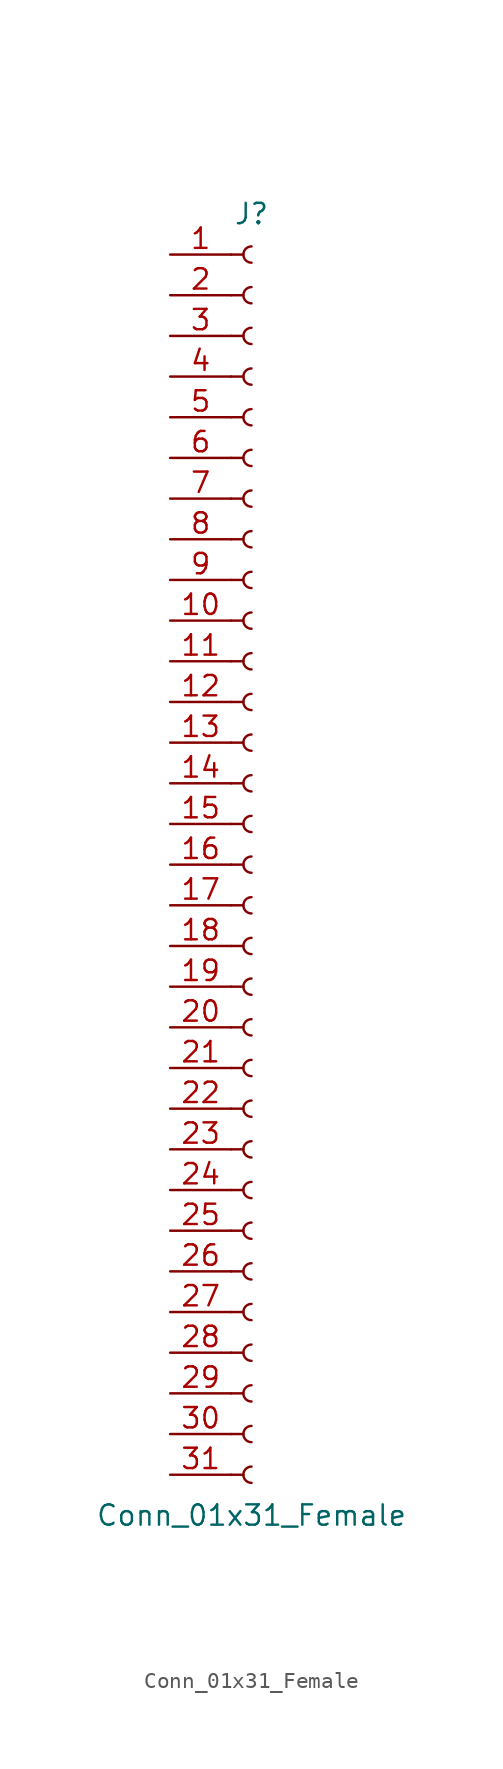
<source format=kicad_sym>
(kicad_symbol_lib
  (version 20220914)
  (generator kicad_symbol_editor)
  (symbol "Conn_01x31_Female"
    (pin_names
      (offset 1.016) hide)
    (property "Reference" "J"
      (at 0 40.64 0)
      (effects (font (size 1.27 1.27))))
    (property "Value" "Conn_01x31_Female"
      (at 0 -40.64 0)
      (effects (font (size 1.27 1.27))))
    (symbol "Conn_01x31_Female_1_1"
      (arc (start 0 -37.592) (mid -0.5058 -38.1) (end 0 -38.608) (stroke (width 0.1524) (type default)) (fill (type none)))
      (arc (start 0 -35.052) (mid -0.5058 -35.56) (end 0 -36.068) (stroke (width 0.1524) (type default)) (fill (type none)))
      (arc (start 0 -32.512) (mid -0.5058 -33.02) (end 0 -33.528) (stroke (width 0.1524) (type default)) (fill (type none)))
      (arc (start 0 -29.972) (mid -0.5058 -30.48) (end 0 -30.988) (stroke (width 0.1524) (type default)) (fill (type none)))
      (arc (start 0 -27.432) (mid -0.5058 -27.94) (end 0 -28.448) (stroke (width 0.1524) (type default)) (fill (type none)))
      (arc (start 0 -24.892) (mid -0.5058 -25.4) (end 0 -25.908) (stroke (width 0.1524) (type default)) (fill (type none)))
      (arc (start 0 -22.352) (mid -0.5058 -22.86) (end 0 -23.368) (stroke (width 0.1524) (type default)) (fill (type none)))
      (arc (start 0 -19.812) (mid -0.5058 -20.32) (end 0 -20.828) (stroke (width 0.1524) (type default)) (fill (type none)))
      (arc (start 0 -17.272) (mid -0.5058 -17.78) (end 0 -18.288) (stroke (width 0.1524) (type default)) (fill (type none)))
      (arc (start 0 -14.732) (mid -0.5058 -15.24) (end 0 -15.748) (stroke (width 0.1524) (type default)) (fill (type none)))
      (arc (start 0 -12.192) (mid -0.5058 -12.7) (end 0 -13.208) (stroke (width 0.1524) (type default)) (fill (type none)))
      (arc (start 0 -9.652) (mid -0.5058 -10.16) (end 0 -10.668) (stroke (width 0.1524) (type default)) (fill (type none)))
      (arc (start 0 -7.112) (mid -0.5058 -7.62) (end 0 -8.128) (stroke (width 0.1524) (type default)) (fill (type none)))
      (arc (start 0 -4.572) (mid -0.5058 -5.08) (end 0 -5.588) (stroke (width 0.1524) (type default)) (fill (type none)))
      (arc (start 0 -2.032) (mid -0.5058 -2.54) (end 0 -3.048) (stroke (width 0.1524) (type default)) (fill (type none)))
      (polyline (pts (xy -1.27 -38.1) (xy -0.508 -38.1)) (stroke (width 0.152) (type default)) (fill (type none)))
      (polyline (pts (xy -1.27 -35.56) (xy -0.508 -35.56)) (stroke (width 0.152) (type default)) (fill (type none)))
      (polyline (pts (xy -1.27 -33.02) (xy -0.508 -33.02)) (stroke (width 0.152) (type default)) (fill (type none)))
      (polyline (pts (xy -1.27 -30.48) (xy -0.508 -30.48)) (stroke (width 0.152) (type default)) (fill (type none)))
      (polyline (pts (xy -1.27 -27.94) (xy -0.508 -27.94)) (stroke (width 0.152) (type default)) (fill (type none)))
      (polyline (pts (xy -1.27 -25.4) (xy -0.508 -25.4)) (stroke (width 0.152) (type default)) (fill (type none)))
      (polyline (pts (xy -1.27 -22.86) (xy -0.508 -22.86)) (stroke (width 0.152) (type default)) (fill (type none)))
      (polyline (pts (xy -1.27 -20.32) (xy -0.508 -20.32)) (stroke (width 0.152) (type default)) (fill (type none)))
      (polyline (pts (xy -1.27 -17.78) (xy -0.508 -17.78)) (stroke (width 0.152) (type default)) (fill (type none)))
      (polyline (pts (xy -1.27 -15.24) (xy -0.508 -15.24)) (stroke (width 0.152) (type default)) (fill (type none)))
      (polyline (pts (xy -1.27 -12.7) (xy -0.508 -12.7)) (stroke (width 0.152) (type default)) (fill (type none)))
      (polyline (pts (xy -1.27 -10.16) (xy -0.508 -10.16)) (stroke (width 0.152) (type default)) (fill (type none)))
      (polyline (pts (xy -1.27 -7.62) (xy -0.508 -7.62)) (stroke (width 0.152) (type default)) (fill (type none)))
      (polyline (pts (xy -1.27 -5.08) (xy -0.508 -5.08)) (stroke (width 0.152) (type default)) (fill (type none)))
      (polyline (pts (xy -1.27 -2.54) (xy -0.508 -2.54)) (stroke (width 0.152) (type default)) (fill (type none)))
      (polyline (pts (xy -1.27 0) (xy -0.508 0)) (stroke (width 0.152) (type default)) (fill (type none)))
      (polyline (pts (xy -1.27 2.54) (xy -0.508 2.54)) (stroke (width 0.152) (type default)) (fill (type none)))
      (polyline (pts (xy -1.27 5.08) (xy -0.508 5.08)) (stroke (width 0.152) (type default)) (fill (type none)))
      (polyline (pts (xy -1.27 7.62) (xy -0.508 7.62)) (stroke (width 0.152) (type default)) (fill (type none)))
      (polyline (pts (xy -1.27 10.16) (xy -0.508 10.16)) (stroke (width 0.152) (type default)) (fill (type none)))
      (polyline (pts (xy -1.27 12.7) (xy -0.508 12.7)) (stroke (width 0.152) (type default)) (fill (type none)))
      (polyline (pts (xy -1.27 15.24) (xy -0.508 15.24)) (stroke (width 0.152) (type default)) (fill (type none)))
      (polyline (pts (xy -1.27 17.78) (xy -0.508 17.78)) (stroke (width 0.152) (type default)) (fill (type none)))
      (polyline (pts (xy -1.27 20.32) (xy -0.508 20.32)) (stroke (width 0.152) (type default)) (fill (type none)))
      (polyline (pts (xy -1.27 22.86) (xy -0.508 22.86)) (stroke (width 0.152) (type default)) (fill (type none)))
      (polyline (pts (xy -1.27 25.4) (xy -0.508 25.4)) (stroke (width 0.152) (type default)) (fill (type none)))
      (polyline (pts (xy -1.27 27.94) (xy -0.508 27.94)) (stroke (width 0.152) (type default)) (fill (type none)))
      (polyline (pts (xy -1.27 30.48) (xy -0.508 30.48)) (stroke (width 0.152) (type default)) (fill (type none)))
      (polyline (pts (xy -1.27 33.02) (xy -0.508 33.02)) (stroke (width 0.152) (type default)) (fill (type none)))
      (polyline (pts (xy -1.27 35.56) (xy -0.508 35.56)) (stroke (width 0.152) (type default)) (fill (type none)))
      (polyline (pts (xy -1.27 38.1) (xy -0.508 38.1)) (stroke (width 0.152) (type default)) (fill (type none)))
      (arc (start 0 0.508) (mid -0.5058 0) (end 0 -0.508) (stroke (width 0.1524) (type default)) (fill (type none)))
      (arc (start 0 3.048) (mid -0.5058 2.54) (end 0 2.032) (stroke (width 0.1524) (type default)) (fill (type none)))
      (arc (start 0 5.588) (mid -0.5058 5.08) (end 0 4.572) (stroke (width 0.1524) (type default)) (fill (type none)))
      (arc (start 0 8.128) (mid -0.5058 7.62) (end 0 7.112) (stroke (width 0.1524) (type default)) (fill (type none)))
      (arc (start 0 10.668) (mid -0.5058 10.16) (end 0 9.652) (stroke (width 0.1524) (type default)) (fill (type none)))
      (arc (start 0 13.208) (mid -0.5058 12.7) (end 0 12.192) (stroke (width 0.1524) (type default)) (fill (type none)))
      (arc (start 0 15.748) (mid -0.5058 15.24) (end 0 14.732) (stroke (width 0.1524) (type default)) (fill (type none)))
      (arc (start 0 18.288) (mid -0.5058 17.78) (end 0 17.272) (stroke (width 0.1524) (type default)) (fill (type none)))
      (arc (start 0 20.828) (mid -0.5058 20.32) (end 0 19.812) (stroke (width 0.1524) (type default)) (fill (type none)))
      (arc (start 0 23.368) (mid -0.5058 22.86) (end 0 22.352) (stroke (width 0.1524) (type default)) (fill (type none)))
      (arc (start 0 25.908) (mid -0.5058 25.4) (end 0 24.892) (stroke (width 0.1524) (type default)) (fill (type none)))
      (arc (start 0 28.448) (mid -0.5058 27.94) (end 0 27.432) (stroke (width 0.1524) (type default)) (fill (type none)))
      (arc (start 0 30.988) (mid -0.5058 30.48) (end 0 29.972) (stroke (width 0.1524) (type default)) (fill (type none)))
      (arc (start 0 33.528) (mid -0.5058 33.02) (end 0 32.512) (stroke (width 0.1524) (type default)) (fill (type none)))
      (arc (start 0 36.068) (mid -0.5058 35.56) (end 0 35.052) (stroke (width 0.1524) (type default)) (fill (type none)))
      (arc (start 0 38.608) (mid -0.5058 38.1) (end 0 37.592) (stroke (width 0.1524) (type default)) (fill (type none)))
      (pin passive line (at -5.08 38.1 0) (length 3.81) (name "Pin_1" (effects (font (size 1.27 1.27)))) (number "1" (effects (font (size 1.27 1.27)))))
      (pin passive line (at -5.08 15.24 0) (length 3.81) (name "Pin_10" (effects (font (size 1.27 1.27)))) (number "10" (effects (font (size 1.27 1.27)))))
      (pin passive line (at -5.08 12.7 0) (length 3.81) (name "Pin_11" (effects (font (size 1.27 1.27)))) (number "11" (effects (font (size 1.27 1.27)))))
      (pin passive line (at -5.08 10.16 0) (length 3.81) (name "Pin_12" (effects (font (size 1.27 1.27)))) (number "12" (effects (font (size 1.27 1.27)))))
      (pin passive line (at -5.08 7.62 0) (length 3.81) (name "Pin_13" (effects (font (size 1.27 1.27)))) (number "13" (effects (font (size 1.27 1.27)))))
      (pin passive line (at -5.08 5.08 0) (length 3.81) (name "Pin_14" (effects (font (size 1.27 1.27)))) (number "14" (effects (font (size 1.27 1.27)))))
      (pin passive line (at -5.08 2.54 0) (length 3.81) (name "Pin_15" (effects (font (size 1.27 1.27)))) (number "15" (effects (font (size 1.27 1.27)))))
      (pin passive line (at -5.08 0 0) (length 3.81) (name "Pin_16" (effects (font (size 1.27 1.27)))) (number "16" (effects (font (size 1.27 1.27)))))
      (pin passive line (at -5.08 -2.54 0) (length 3.81) (name "Pin_17" (effects (font (size 1.27 1.27)))) (number "17" (effects (font (size 1.27 1.27)))))
      (pin passive line (at -5.08 -5.08 0) (length 3.81) (name "Pin_18" (effects (font (size 1.27 1.27)))) (number "18" (effects (font (size 1.27 1.27)))))
      (pin passive line (at -5.08 -7.62 0) (length 3.81) (name "Pin_19" (effects (font (size 1.27 1.27)))) (number "19" (effects (font (size 1.27 1.27)))))
      (pin passive line (at -5.08 35.56 0) (length 3.81) (name "Pin_2" (effects (font (size 1.27 1.27)))) (number "2" (effects (font (size 1.27 1.27)))))
      (pin passive line (at -5.08 -10.16 0) (length 3.81) (name "Pin_20" (effects (font (size 1.27 1.27)))) (number "20" (effects (font (size 1.27 1.27)))))
      (pin passive line (at -5.08 -12.7 0) (length 3.81) (name "Pin_21" (effects (font (size 1.27 1.27)))) (number "21" (effects (font (size 1.27 1.27)))))
      (pin passive line (at -5.08 -15.24 0) (length 3.81) (name "Pin_22" (effects (font (size 1.27 1.27)))) (number "22" (effects (font (size 1.27 1.27)))))
      (pin passive line (at -5.08 -17.78 0) (length 3.81) (name "Pin_23" (effects (font (size 1.27 1.27)))) (number "23" (effects (font (size 1.27 1.27)))))
      (pin passive line (at -5.08 -20.32 0) (length 3.81) (name "Pin_24" (effects (font (size 1.27 1.27)))) (number "24" (effects (font (size 1.27 1.27)))))
      (pin passive line (at -5.08 -22.86 0) (length 3.81) (name "Pin_25" (effects (font (size 1.27 1.27)))) (number "25" (effects (font (size 1.27 1.27)))))
      (pin passive line (at -5.08 -25.4 0) (length 3.81) (name "Pin_26" (effects (font (size 1.27 1.27)))) (number "26" (effects (font (size 1.27 1.27)))))
      (pin passive line (at -5.08 -27.94 0) (length 3.81) (name "Pin_27" (effects (font (size 1.27 1.27)))) (number "27" (effects (font (size 1.27 1.27)))))
      (pin passive line (at -5.08 -30.48 0) (length 3.81) (name "Pin_28" (effects (font (size 1.27 1.27)))) (number "28" (effects (font (size 1.27 1.27)))))
      (pin passive line (at -5.08 -33.02 0) (length 3.81) (name "Pin_29" (effects (font (size 1.27 1.27)))) (number "29" (effects (font (size 1.27 1.27)))))
      (pin passive line (at -5.08 33.02 0) (length 3.81) (name "Pin_3" (effects (font (size 1.27 1.27)))) (number "3" (effects (font (size 1.27 1.27)))))
      (pin passive line (at -5.08 -35.56 0) (length 3.81) (name "Pin_30" (effects (font (size 1.27 1.27)))) (number "30" (effects (font (size 1.27 1.27)))))
      (pin passive line (at -5.08 -38.1 0) (length 3.81) (name "Pin_31" (effects (font (size 1.27 1.27)))) (number "31" (effects (font (size 1.27 1.27)))))
      (pin passive line (at -5.08 30.48 0) (length 3.81) (name "Pin_4" (effects (font (size 1.27 1.27)))) (number "4" (effects (font (size 1.27 1.27)))))
      (pin passive line (at -5.08 27.94 0) (length 3.81) (name "Pin_5" (effects (font (size 1.27 1.27)))) (number "5" (effects (font (size 1.27 1.27)))))
      (pin passive line (at -5.08 25.4 0) (length 3.81) (name "Pin_6" (effects (font (size 1.27 1.27)))) (number "6" (effects (font (size 1.27 1.27)))))
      (pin passive line (at -5.08 22.86 0) (length 3.81) (name "Pin_7" (effects (font (size 1.27 1.27)))) (number "7" (effects (font (size 1.27 1.27)))))
      (pin passive line (at -5.08 20.32 0) (length 3.81) (name "Pin_8" (effects (font (size 1.27 1.27)))) (number "8" (effects (font (size 1.27 1.27)))))
      (pin passive line (at -5.08 17.78 0) (length 3.81) (name "Pin_9" (effects (font (size 1.27 1.27)))) (number "9" (effects (font (size 1.27 1.27))))))))
</source>
